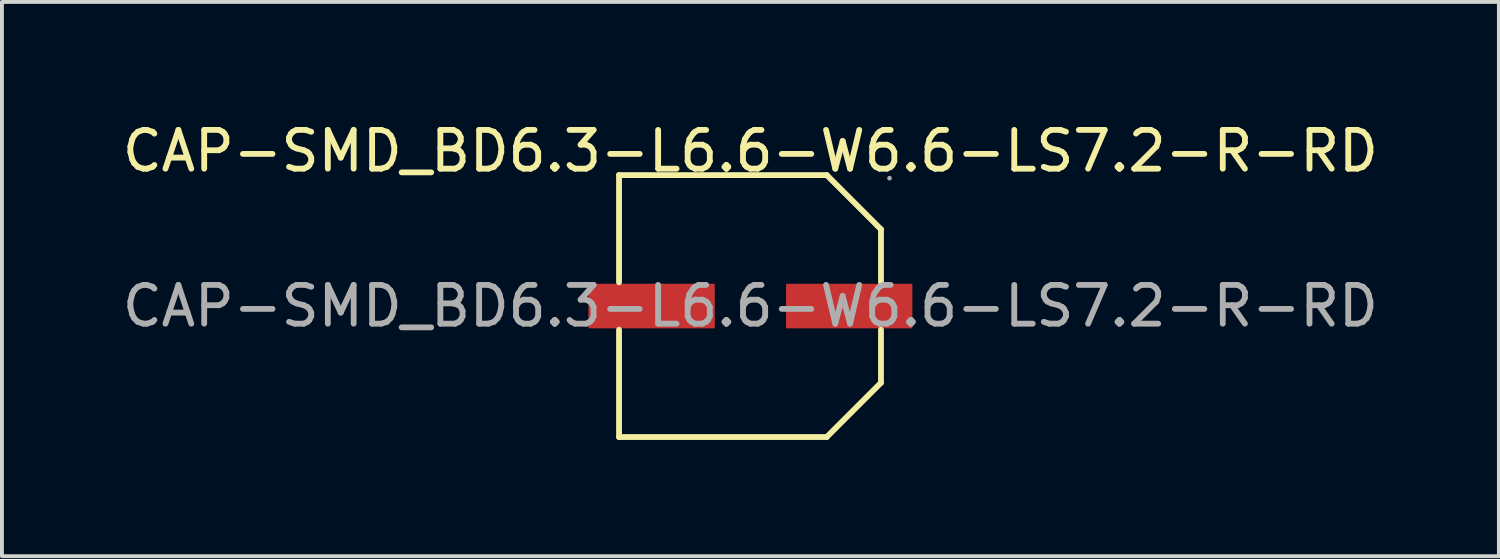
<source format=kicad_pcb>
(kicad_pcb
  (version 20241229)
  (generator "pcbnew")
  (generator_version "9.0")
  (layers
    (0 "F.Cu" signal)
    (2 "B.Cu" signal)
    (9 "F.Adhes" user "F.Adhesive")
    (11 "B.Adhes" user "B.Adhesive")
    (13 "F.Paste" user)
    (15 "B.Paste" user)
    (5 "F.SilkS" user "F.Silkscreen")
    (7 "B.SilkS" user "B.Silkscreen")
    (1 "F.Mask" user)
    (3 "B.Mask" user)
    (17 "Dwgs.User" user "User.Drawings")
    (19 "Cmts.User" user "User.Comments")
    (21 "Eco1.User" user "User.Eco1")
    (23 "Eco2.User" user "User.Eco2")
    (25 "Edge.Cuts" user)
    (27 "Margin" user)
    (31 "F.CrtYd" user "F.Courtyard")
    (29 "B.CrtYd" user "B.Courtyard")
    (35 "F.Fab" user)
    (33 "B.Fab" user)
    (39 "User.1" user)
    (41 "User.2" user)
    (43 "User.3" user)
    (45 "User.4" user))
  (footprint "CAP-SMD_BD6.3-L6.6-W6.6-LS7.2-R-RD"
    (layer "F.Cu")
    (at 16.315 4.848)
    (property "Reference" "CAP-SMD_BD6.3-L6.6-W6.6-LS7.2-R-RD" (at 0 -4 0) (layer "F.SilkS") (effects (font (size 1 1) (thickness 0.15))))
    (attr smd)
    (fp_line (start -3.39 -3.38) (end 1.97 -3.38) (stroke (width 0.15) (type solid)) (layer "F.SilkS"))
    (fp_line (start -3.39 -0.61) (end -3.39 -3.38) (stroke (width 0.15) (type solid)) (layer "F.SilkS"))
    (fp_line (start -3.39 0.61) (end -3.39 3.38) (stroke (width 0.15) (type solid)) (layer "F.SilkS"))
    (fp_line (start -3.39 3.38) (end 1.97 3.38) (stroke (width 0.15) (type solid)) (layer "F.SilkS"))
    (fp_line (start 1.97 -3.38) (end 3.37 -1.98) (stroke (width 0.15) (type solid)) (layer "F.SilkS"))
    (fp_line (start 1.97 3.38) (end 3.37 1.98) (stroke (width 0.15) (type solid)) (layer "F.SilkS"))
    (fp_line (start 3.37 -1.98) (end 3.37 -0.61) (stroke (width 0.15) (type solid)) (layer "F.SilkS"))
    (fp_line (start 3.37 1.98) (end 3.37 0.61) (stroke (width 0.15) (type solid)) (layer "F.SilkS"))
    (fp_circle (center 3.59 -3.3) (end 3.62 -3.3) (stroke (width 0.06) (type solid)) (fill no) (layer "F.Fab"))
    (fp_text user "${REFERENCE}" (at 0 0 0) (layer "F.Fab") (effects (font (size 1 1) (thickness 0.15))))
    (pad "1" smd rect (at 2.55 0 180) (size 3.26 1.15) (layers "F.Cu" "F.Mask" "F.Paste"))
    (pad "2" smd rect (at -2.55 0 180) (size 3.26 1.15) (layers "F.Cu" "F.Mask" "F.Paste")))
  (gr_rect
    (start -3 -3)
    (end 35.631 11.303)
    (stroke (width 0.1) (type default))
    (fill no)
    (layer "Edge.Cuts")))
</source>
